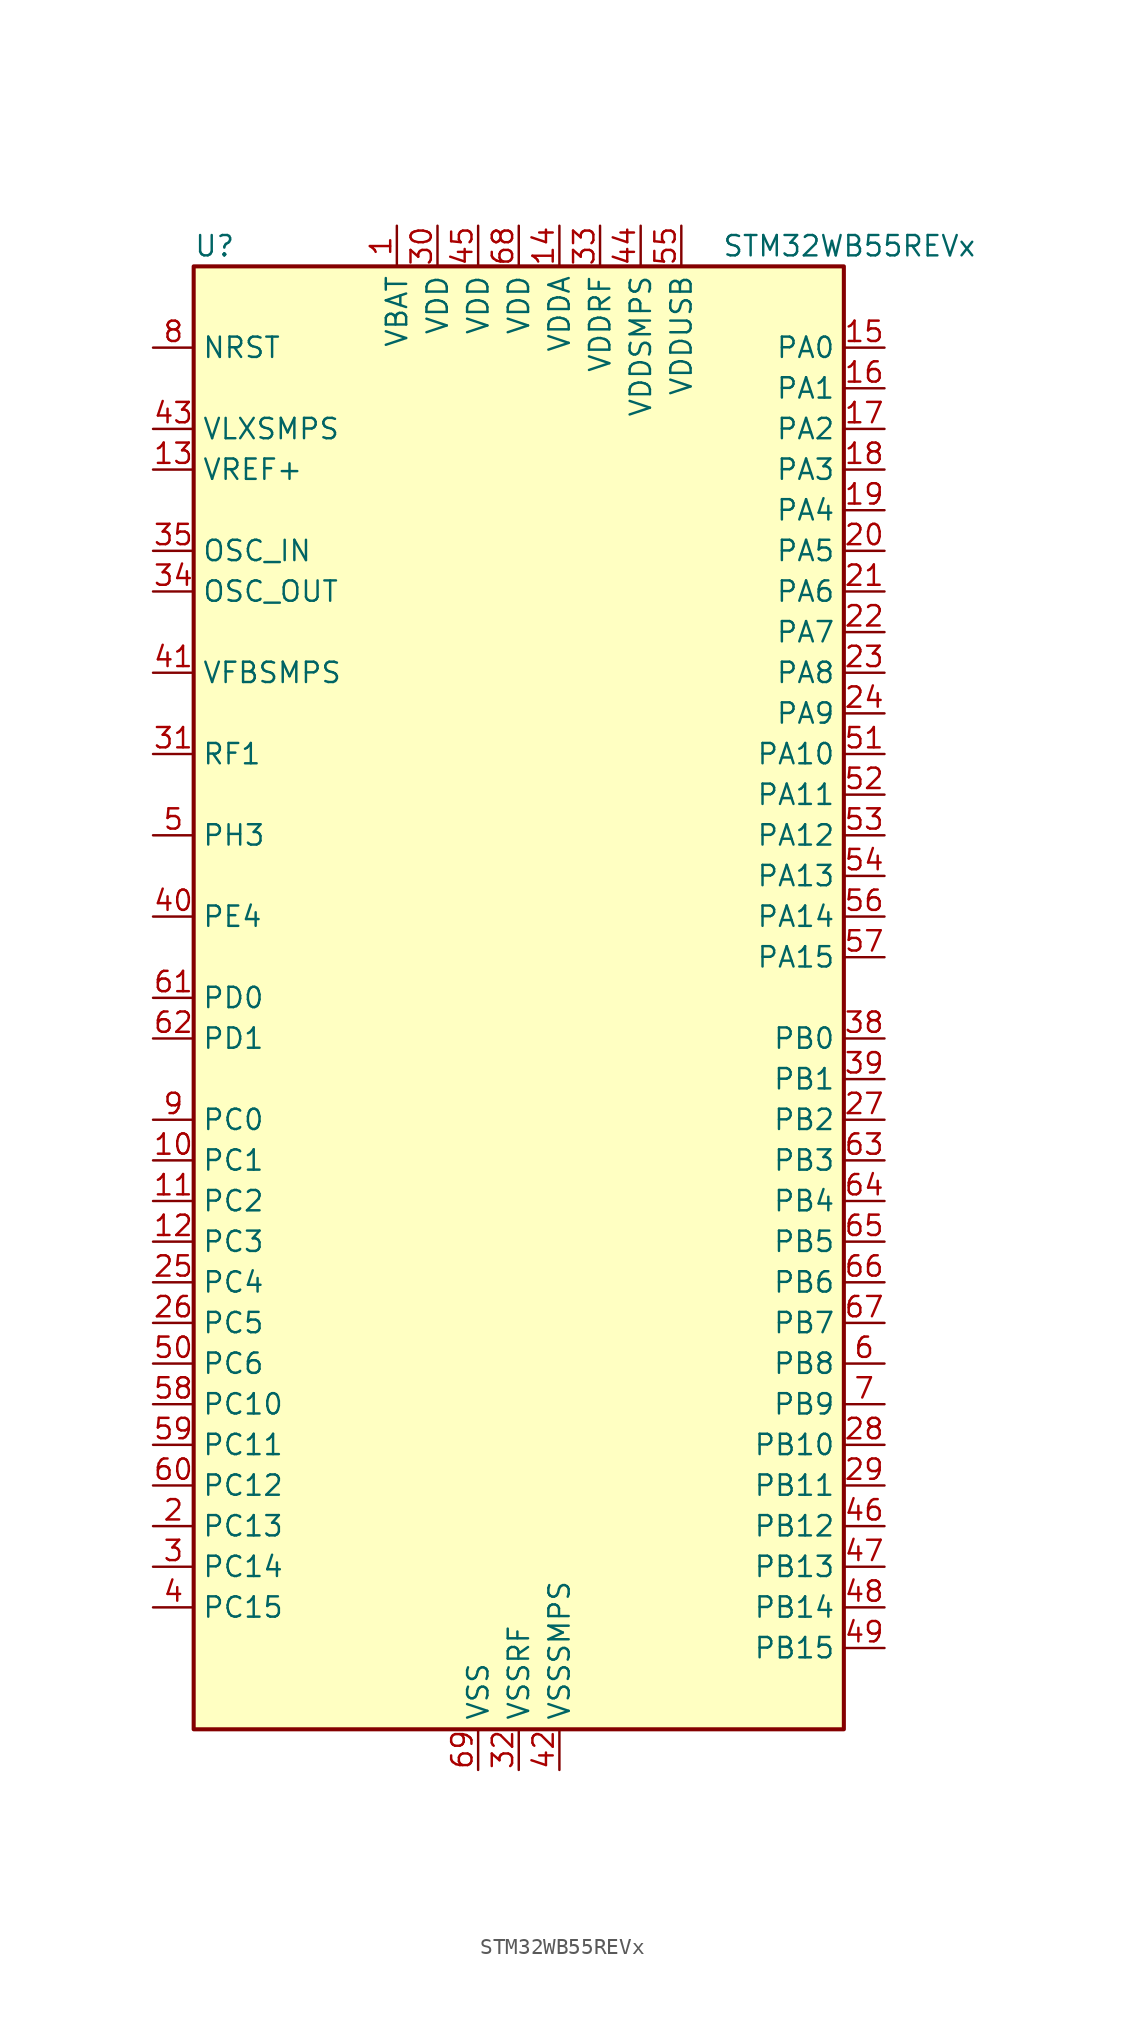
<source format=kicad_sym>
(kicad_symbol_lib
  (version 20231120)
  (generator "kicad-library-utils")
  (generator_version "8.0")
  (symbol "STM32WB55REVx"
    (property "Reference" "U"
      (at -20.32 46.99 0)
      (effects (font (size 1.27 1.27)) (justify left)))
    (property "Value" "STM32WB55REVx"
      (at 12.7 46.99 0)
      (effects (font (size 1.27 1.27)) (justify left)))
    (symbol "STM32WB55REVx_0_1"
      (rectangle (start -20.32 -45.72) (end 20.32 45.72) (stroke (width 0.254) (type default)) (fill (type background))))
    (symbol "STM32WB55REVx_1_1"
      (pin power_in line (at -7.62 48.26 270) (length 2.54) (name "VBAT" (effects (font (size 1.27 1.27)))) (number "1" (effects (font (size 1.27 1.27)))))
      (pin bidirectional line (at -22.86 -10.16 0) (length 2.54) (name "PC1" (effects (font (size 1.27 1.27)))) (number "10" (effects (font (size 1.27 1.27)))) (alternate "ADC1_IN2" bidirectional line) (alternate "I2C3_SDA" bidirectional line) (alternate "LCD_SEG19" bidirectional line) (alternate "LPTIM1_OUT" bidirectional line) (alternate "LPUART1_TX" bidirectional line) (alternate "SPI2_MOSI" bidirectional line))
      (pin bidirectional line (at -22.86 -12.7 0) (length 2.54) (name "PC2" (effects (font (size 1.27 1.27)))) (number "11" (effects (font (size 1.27 1.27)))) (alternate "ADC1_IN3" bidirectional line) (alternate "LCD_SEG20" bidirectional line) (alternate "LPTIM1_IN2" bidirectional line) (alternate "SPI2_MISO" bidirectional line))
      (pin bidirectional line (at -22.86 -15.24 0) (length 2.54) (name "PC3" (effects (font (size 1.27 1.27)))) (number "12" (effects (font (size 1.27 1.27)))) (alternate "ADC1_IN4" bidirectional line) (alternate "LCD_VLCD" bidirectional line) (alternate "LPTIM1_ETR" bidirectional line) (alternate "LPTIM2_ETR" bidirectional line) (alternate "SAI1_D1" bidirectional line) (alternate "SAI1_SD_A" bidirectional line) (alternate "SPI2_MOSI" bidirectional line))
      (pin input line (at -22.86 33.02 0) (length 2.54) (name "VREF+" (effects (font (size 1.27 1.27)))) (number "13" (effects (font (size 1.27 1.27)))) (alternate "VREFBUF_OUT" bidirectional line))
      (pin power_in line (at 2.54 48.26 270) (length 2.54) (name "VDDA" (effects (font (size 1.27 1.27)))) (number "14" (effects (font (size 1.27 1.27)))))
      (pin bidirectional line (at 22.86 40.64 180) (length 2.54) (name "PA0" (effects (font (size 1.27 1.27)))) (number "15" (effects (font (size 1.27 1.27)))) (alternate "ADC1_IN5" bidirectional line) (alternate "COMP1_INM" bidirectional line) (alternate "COMP1_OUT" bidirectional line) (alternate "RTC_TAMP2" bidirectional line) (alternate "SAI1_EXTCLK" bidirectional line) (alternate "SYS_WKUP1" bidirectional line) (alternate "TIM2_CH1" bidirectional line) (alternate "TIM2_ETR" bidirectional line))
      (pin bidirectional line (at 22.86 38.1 180) (length 2.54) (name "PA1" (effects (font (size 1.27 1.27)))) (number "16" (effects (font (size 1.27 1.27)))) (alternate "ADC1_IN6" bidirectional line) (alternate "COMP1_INP" bidirectional line) (alternate "I2C1_SMBA" bidirectional line) (alternate "LCD_SEG0" bidirectional line) (alternate "SPI1_SCK" bidirectional line) (alternate "TIM2_CH2" bidirectional line))
      (pin bidirectional line (at 22.86 35.56 180) (length 2.54) (name "PA2" (effects (font (size 1.27 1.27)))) (number "17" (effects (font (size 1.27 1.27)))) (alternate "ADC1_IN7" bidirectional line) (alternate "COMP2_INM" bidirectional line) (alternate "COMP2_OUT" bidirectional line) (alternate "LCD_SEG1" bidirectional line) (alternate "LPUART1_TX" bidirectional line) (alternate "QUADSPI_BK1_NCS" bidirectional line) (alternate "RCC_LSCO" bidirectional line) (alternate "SYS_WKUP4" bidirectional line) (alternate "TIM2_CH3" bidirectional line))
      (pin bidirectional line (at 22.86 33.02 180) (length 2.54) (name "PA3" (effects (font (size 1.27 1.27)))) (number "18" (effects (font (size 1.27 1.27)))) (alternate "ADC1_IN8" bidirectional line) (alternate "COMP2_INP" bidirectional line) (alternate "LCD_SEG2" bidirectional line) (alternate "LPUART1_RX" bidirectional line) (alternate "QUADSPI_CLK" bidirectional line) (alternate "SAI1_CK1" bidirectional line) (alternate "SAI1_MCLK_A" bidirectional line) (alternate "TIM2_CH4" bidirectional line))
      (pin bidirectional line (at 22.86 30.48 180) (length 2.54) (name "PA4" (effects (font (size 1.27 1.27)))) (number "19" (effects (font (size 1.27 1.27)))) (alternate "ADC1_IN9" bidirectional line) (alternate "COMP1_INM" bidirectional line) (alternate "COMP2_INM" bidirectional line) (alternate "LCD_SEG5" bidirectional line) (alternate "LPTIM2_OUT" bidirectional line) (alternate "SAI1_FS_B" bidirectional line) (alternate "SPI1_NSS" bidirectional line))
      (pin bidirectional line (at -22.86 -33.02 0) (length 2.54) (name "PC13" (effects (font (size 1.27 1.27)))) (number "2" (effects (font (size 1.27 1.27)))) (alternate "RTC_OUT1" bidirectional line) (alternate "RTC_TAMP1" bidirectional line) (alternate "RTC_TS" bidirectional line) (alternate "SYS_WKUP2" bidirectional line))
      (pin bidirectional line (at 22.86 27.94 180) (length 2.54) (name "PA5" (effects (font (size 1.27 1.27)))) (number "20" (effects (font (size 1.27 1.27)))) (alternate "ADC1_IN10" bidirectional line) (alternate "COMP1_INM" bidirectional line) (alternate "COMP2_INM" bidirectional line) (alternate "LPTIM2_ETR" bidirectional line) (alternate "SAI1_SD_B" bidirectional line) (alternate "SPI1_SCK" bidirectional line) (alternate "TIM2_CH1" bidirectional line) (alternate "TIM2_ETR" bidirectional line))
      (pin bidirectional line (at 22.86 25.4 180) (length 2.54) (name "PA6" (effects (font (size 1.27 1.27)))) (number "21" (effects (font (size 1.27 1.27)))) (alternate "ADC1_IN11" bidirectional line) (alternate "LCD_SEG3" bidirectional line) (alternate "LPUART1_CTS" bidirectional line) (alternate "QUADSPI_BK1_IO3" bidirectional line) (alternate "SPI1_MISO" bidirectional line) (alternate "TIM16_CH1" bidirectional line) (alternate "TIM1_BKIN" bidirectional line))
      (pin bidirectional line (at 22.86 22.86 180) (length 2.54) (name "PA7" (effects (font (size 1.27 1.27)))) (number "22" (effects (font (size 1.27 1.27)))) (alternate "ADC1_IN12" bidirectional line) (alternate "COMP2_OUT" bidirectional line) (alternate "I2C3_SCL" bidirectional line) (alternate "LCD_SEG4" bidirectional line) (alternate "QUADSPI_BK1_IO2" bidirectional line) (alternate "SPI1_MOSI" bidirectional line) (alternate "TIM17_CH1" bidirectional line) (alternate "TIM1_CH1N" bidirectional line))
      (pin bidirectional line (at 22.86 20.32 180) (length 2.54) (name "PA8" (effects (font (size 1.27 1.27)))) (number "23" (effects (font (size 1.27 1.27)))) (alternate "ADC1_IN15" bidirectional line) (alternate "LCD_COM0" bidirectional line) (alternate "LPTIM2_OUT" bidirectional line) (alternate "RCC_MCO" bidirectional line) (alternate "SAI1_CK2" bidirectional line) (alternate "SAI1_SCK_A" bidirectional line) (alternate "TIM1_CH1" bidirectional line) (alternate "USART1_CK" bidirectional line))
      (pin bidirectional line (at 22.86 17.78 180) (length 2.54) (name "PA9" (effects (font (size 1.27 1.27)))) (number "24" (effects (font (size 1.27 1.27)))) (alternate "ADC1_IN16" bidirectional line) (alternate "COMP1_INM" bidirectional line) (alternate "I2C1_SCL" bidirectional line) (alternate "LCD_COM1" bidirectional line) (alternate "SAI1_D2" bidirectional line) (alternate "SAI1_FS_A" bidirectional line) (alternate "SPI2_SCK" bidirectional line) (alternate "TIM1_CH2" bidirectional line) (alternate "USART1_TX" bidirectional line))
      (pin bidirectional line (at -22.86 -17.78 0) (length 2.54) (name "PC4" (effects (font (size 1.27 1.27)))) (number "25" (effects (font (size 1.27 1.27)))) (alternate "ADC1_IN13" bidirectional line) (alternate "COMP1_INM" bidirectional line) (alternate "LCD_SEG22" bidirectional line))
      (pin bidirectional line (at -22.86 -20.32 0) (length 2.54) (name "PC5" (effects (font (size 1.27 1.27)))) (number "26" (effects (font (size 1.27 1.27)))) (alternate "ADC1_IN14" bidirectional line) (alternate "COMP1_INP" bidirectional line) (alternate "LCD_SEG23" bidirectional line) (alternate "SAI1_D3" bidirectional line) (alternate "SYS_WKUP5" bidirectional line))
      (pin bidirectional line (at 22.86 -7.62 180) (length 2.54) (name "PB2" (effects (font (size 1.27 1.27)))) (number "27" (effects (font (size 1.27 1.27)))) (alternate "COMP1_INP" bidirectional line) (alternate "I2C3_SMBA" bidirectional line) (alternate "LCD_VLCD" bidirectional line) (alternate "LPTIM1_OUT" bidirectional line) (alternate "RTC_OUT2" bidirectional line) (alternate "SAI1_EXTCLK" bidirectional line) (alternate "SPI1_NSS" bidirectional line))
      (pin bidirectional line (at 22.86 -27.94 180) (length 2.54) (name "PB10" (effects (font (size 1.27 1.27)))) (number "28" (effects (font (size 1.27 1.27)))) (alternate "COMP1_OUT" bidirectional line) (alternate "I2C3_SCL" bidirectional line) (alternate "LCD_SEG10" bidirectional line) (alternate "LPUART1_RX" bidirectional line) (alternate "QUADSPI_CLK" bidirectional line) (alternate "SAI1_SCK_A" bidirectional line) (alternate "SPI2_SCK" bidirectional line) (alternate "TIM2_CH3" bidirectional line) (alternate "TSC_SYNC" bidirectional line))
      (pin bidirectional line (at 22.86 -30.48 180) (length 2.54) (name "PB11" (effects (font (size 1.27 1.27)))) (number "29" (effects (font (size 1.27 1.27)))) (alternate "ADC1_EXTI11" bidirectional line) (alternate "COMP2_OUT" bidirectional line) (alternate "I2C3_SDA" bidirectional line) (alternate "LCD_SEG11" bidirectional line) (alternate "LPUART1_TX" bidirectional line) (alternate "QUADSPI_BK1_NCS" bidirectional line) (alternate "TIM2_CH4" bidirectional line))
      (pin bidirectional line (at -22.86 -35.56 0) (length 2.54) (name "PC14" (effects (font (size 1.27 1.27)))) (number "3" (effects (font (size 1.27 1.27)))) (alternate "RCC_OSC32_IN" bidirectional line))
      (pin power_in line (at -5.08 48.26 270) (length 2.54) (name "VDD" (effects (font (size 1.27 1.27)))) (number "30" (effects (font (size 1.27 1.27)))))
      (pin bidirectional line (at -22.86 15.24 0) (length 2.54) (name "RF1" (effects (font (size 1.27 1.27)))) (number "31" (effects (font (size 1.27 1.27)))) (alternate "RF_RF1" bidirectional line))
      (pin power_in line (at 0 -48.26 90) (length 2.54) (name "VSSRF" (effects (font (size 1.27 1.27)))) (number "32" (effects (font (size 1.27 1.27)))))
      (pin power_in line (at 5.08 48.26 270) (length 2.54) (name "VDDRF" (effects (font (size 1.27 1.27)))) (number "33" (effects (font (size 1.27 1.27)))))
      (pin input line (at -22.86 25.4 0) (length 2.54) (name "OSC_OUT" (effects (font (size 1.27 1.27)))) (number "34" (effects (font (size 1.27 1.27)))) (alternate "RCC_OSC_OUT" bidirectional line))
      (pin input line (at -22.86 27.94 0) (length 2.54) (name "OSC_IN" (effects (font (size 1.27 1.27)))) (number "35" (effects (font (size 1.27 1.27)))) (alternate "RCC_OSC_IN" bidirectional line))
      (pin no_connect line (at -20.32 -45.72 0) (length 2.54) hide (name "AT0" (effects (font (size 1.27 1.27)))) (number "36" (effects (font (size 1.27 1.27)))))
      (pin no_connect line (at -20.32 -43.18 0) (length 2.54) hide (name "AT1" (effects (font (size 1.27 1.27)))) (number "37" (effects (font (size 1.27 1.27)))))
      (pin bidirectional line (at 22.86 -2.54 180) (length 2.54) (name "PB0" (effects (font (size 1.27 1.27)))) (number "38" (effects (font (size 1.27 1.27)))) (alternate "COMP1_OUT" bidirectional line) (alternate "RF_TX_MOD_EXT_PA" bidirectional line))
      (pin bidirectional line (at 22.86 -5.08 180) (length 2.54) (name "PB1" (effects (font (size 1.27 1.27)))) (number "39" (effects (font (size 1.27 1.27)))) (alternate "LPTIM2_IN1" bidirectional line) (alternate "LPUART1_DE" bidirectional line) (alternate "LPUART1_RTS" bidirectional line))
      (pin bidirectional line (at -22.86 -38.1 0) (length 2.54) (name "PC15" (effects (font (size 1.27 1.27)))) (number "4" (effects (font (size 1.27 1.27)))) (alternate "ADC1_EXTI15" bidirectional line) (alternate "RCC_OSC32_OUT" bidirectional line))
      (pin bidirectional line (at -22.86 5.08 0) (length 2.54) (name "PE4" (effects (font (size 1.27 1.27)))) (number "40" (effects (font (size 1.27 1.27)))))
      (pin input line (at -22.86 20.32 0) (length 2.54) (name "VFBSMPS" (effects (font (size 1.27 1.27)))) (number "41" (effects (font (size 1.27 1.27)))))
      (pin power_in line (at 2.54 -48.26 90) (length 2.54) (name "VSSSMPS" (effects (font (size 1.27 1.27)))) (number "42" (effects (font (size 1.27 1.27)))))
      (pin power_in line (at -22.86 35.56 0) (length 2.54) (name "VLXSMPS" (effects (font (size 1.27 1.27)))) (number "43" (effects (font (size 1.27 1.27)))))
      (pin power_in line (at 7.62 48.26 270) (length 2.54) (name "VDDSMPS" (effects (font (size 1.27 1.27)))) (number "44" (effects (font (size 1.27 1.27)))))
      (pin power_in line (at -2.54 48.26 270) (length 2.54) (name "VDD" (effects (font (size 1.27 1.27)))) (number "45" (effects (font (size 1.27 1.27)))))
      (pin bidirectional line (at 22.86 -33.02 180) (length 2.54) (name "PB12" (effects (font (size 1.27 1.27)))) (number "46" (effects (font (size 1.27 1.27)))) (alternate "I2C3_SMBA" bidirectional line) (alternate "LCD_SEG12" bidirectional line) (alternate "LPUART1_DE" bidirectional line) (alternate "LPUART1_RTS" bidirectional line) (alternate "SAI1_FS_A" bidirectional line) (alternate "SPI2_NSS" bidirectional line) (alternate "TIM1_BKIN" bidirectional line) (alternate "TSC_G1_IO1" bidirectional line))
      (pin bidirectional line (at 22.86 -35.56 180) (length 2.54) (name "PB13" (effects (font (size 1.27 1.27)))) (number "47" (effects (font (size 1.27 1.27)))) (alternate "I2C3_SCL" bidirectional line) (alternate "LCD_SEG13" bidirectional line) (alternate "LPUART1_CTS" bidirectional line) (alternate "SAI1_SCK_A" bidirectional line) (alternate "SPI2_SCK" bidirectional line) (alternate "TIM1_CH1N" bidirectional line) (alternate "TSC_G1_IO2" bidirectional line))
      (pin bidirectional line (at 22.86 -38.1 180) (length 2.54) (name "PB14" (effects (font (size 1.27 1.27)))) (number "48" (effects (font (size 1.27 1.27)))) (alternate "I2C3_SDA" bidirectional line) (alternate "LCD_SEG14" bidirectional line) (alternate "SAI1_MCLK_A" bidirectional line) (alternate "SPI2_MISO" bidirectional line) (alternate "TIM1_CH2N" bidirectional line) (alternate "TSC_G1_IO3" bidirectional line))
      (pin bidirectional line (at 22.86 -40.64 180) (length 2.54) (name "PB15" (effects (font (size 1.27 1.27)))) (number "49" (effects (font (size 1.27 1.27)))) (alternate "ADC1_EXTI15" bidirectional line) (alternate "LCD_SEG15" bidirectional line) (alternate "RTC_REFIN" bidirectional line) (alternate "SAI1_SD_A" bidirectional line) (alternate "SPI2_MOSI" bidirectional line) (alternate "TIM1_CH3N" bidirectional line) (alternate "TSC_G1_IO4" bidirectional line))
      (pin bidirectional line (at -22.86 10.16 0) (length 2.54) (name "PH3" (effects (font (size 1.27 1.27)))) (number "5" (effects (font (size 1.27 1.27)))) (alternate "RCC_LSCO" bidirectional line))
      (pin bidirectional line (at -22.86 -22.86 0) (length 2.54) (name "PC6" (effects (font (size 1.27 1.27)))) (number "50" (effects (font (size 1.27 1.27)))) (alternate "LCD_SEG24" bidirectional line))
      (pin bidirectional line (at 22.86 15.24 180) (length 2.54) (name "PA10" (effects (font (size 1.27 1.27)))) (number "51" (effects (font (size 1.27 1.27)))) (alternate "CRS_SYNC" bidirectional line) (alternate "I2C1_SDA" bidirectional line) (alternate "LCD_COM2" bidirectional line) (alternate "SAI1_D1" bidirectional line) (alternate "SAI1_SD_A" bidirectional line) (alternate "TIM17_BKIN" bidirectional line) (alternate "TIM1_CH3" bidirectional line) (alternate "USART1_RX" bidirectional line))
      (pin bidirectional line (at 22.86 12.7 180) (length 2.54) (name "PA11" (effects (font (size 1.27 1.27)))) (number "52" (effects (font (size 1.27 1.27)))) (alternate "ADC1_EXTI11" bidirectional line) (alternate "SPI1_MISO" bidirectional line) (alternate "TIM1_BKIN2" bidirectional line) (alternate "TIM1_CH4" bidirectional line) (alternate "USART1_CTS" bidirectional line) (alternate "USART1_NSS" bidirectional line) (alternate "USB_DM" bidirectional line))
      (pin bidirectional line (at 22.86 10.16 180) (length 2.54) (name "PA12" (effects (font (size 1.27 1.27)))) (number "53" (effects (font (size 1.27 1.27)))) (alternate "LPUART1_RX" bidirectional line) (alternate "SPI1_MOSI" bidirectional line) (alternate "TIM1_ETR" bidirectional line) (alternate "USART1_DE" bidirectional line) (alternate "USART1_RTS" bidirectional line) (alternate "USB_DP" bidirectional line))
      (pin bidirectional line (at 22.86 7.62 180) (length 2.54) (name "PA13" (effects (font (size 1.27 1.27)))) (number "54" (effects (font (size 1.27 1.27)))) (alternate "IR_OUT" bidirectional line) (alternate "SAI1_SD_B" bidirectional line) (alternate "SYS_JTMS-SWDIO" bidirectional line) (alternate "USB_NOE" bidirectional line))
      (pin power_in line (at 10.16 48.26 270) (length 2.54) (name "VDDUSB" (effects (font (size 1.27 1.27)))) (number "55" (effects (font (size 1.27 1.27)))))
      (pin bidirectional line (at 22.86 5.08 180) (length 2.54) (name "PA14" (effects (font (size 1.27 1.27)))) (number "56" (effects (font (size 1.27 1.27)))) (alternate "I2C1_SMBA" bidirectional line) (alternate "LCD_SEG5" bidirectional line) (alternate "LPTIM1_OUT" bidirectional line) (alternate "SAI1_FS_B" bidirectional line) (alternate "SYS_JTCK-SWCLK" bidirectional line))
      (pin bidirectional line (at 22.86 2.54 180) (length 2.54) (name "PA15" (effects (font (size 1.27 1.27)))) (number "57" (effects (font (size 1.27 1.27)))) (alternate "ADC1_EXTI15" bidirectional line) (alternate "LCD_SEG17" bidirectional line) (alternate "RCC_MCO" bidirectional line) (alternate "SPI1_NSS" bidirectional line) (alternate "SYS_JTDI" bidirectional line) (alternate "TIM2_CH1" bidirectional line) (alternate "TIM2_ETR" bidirectional line) (alternate "TSC_G3_IO1" bidirectional line))
      (pin bidirectional line (at -22.86 -25.4 0) (length 2.54) (name "PC10" (effects (font (size 1.27 1.27)))) (number "58" (effects (font (size 1.27 1.27)))) (alternate "LCD_COM4" bidirectional line) (alternate "LCD_SEG28" bidirectional line) (alternate "LCD_SEG40" bidirectional line) (alternate "SYS_TRACED1" bidirectional line) (alternate "TSC_G3_IO2" bidirectional line))
      (pin bidirectional line (at -22.86 -27.94 0) (length 2.54) (name "PC11" (effects (font (size 1.27 1.27)))) (number "59" (effects (font (size 1.27 1.27)))) (alternate "ADC1_EXTI11" bidirectional line) (alternate "LCD_COM5" bidirectional line) (alternate "LCD_SEG29" bidirectional line) (alternate "LCD_SEG41" bidirectional line) (alternate "TSC_G3_IO3" bidirectional line))
      (pin bidirectional line (at 22.86 -22.86 180) (length 2.54) (name "PB8" (effects (font (size 1.27 1.27)))) (number "6" (effects (font (size 1.27 1.27)))) (alternate "I2C1_SCL" bidirectional line) (alternate "LCD_SEG16" bidirectional line) (alternate "QUADSPI_BK1_IO1" bidirectional line) (alternate "SAI1_CK1" bidirectional line) (alternate "SAI1_MCLK_A" bidirectional line) (alternate "TIM16_CH1" bidirectional line) (alternate "TIM1_CH2N" bidirectional line))
      (pin bidirectional line (at -22.86 -30.48 0) (length 2.54) (name "PC12" (effects (font (size 1.27 1.27)))) (number "60" (effects (font (size 1.27 1.27)))) (alternate "LCD_COM6" bidirectional line) (alternate "LCD_SEG30" bidirectional line) (alternate "LCD_SEG42" bidirectional line) (alternate "RCC_LSCO" bidirectional line) (alternate "RTC_TAMP3" bidirectional line) (alternate "SYS_TRACED3" bidirectional line) (alternate "SYS_WKUP3" bidirectional line) (alternate "TSC_G3_IO4" bidirectional line))
      (pin bidirectional line (at -22.86 0 0) (length 2.54) (name "PD0" (effects (font (size 1.27 1.27)))) (number "61" (effects (font (size 1.27 1.27)))) (alternate "SPI2_NSS" bidirectional line))
      (pin bidirectional line (at -22.86 -2.54 0) (length 2.54) (name "PD1" (effects (font (size 1.27 1.27)))) (number "62" (effects (font (size 1.27 1.27)))) (alternate "SPI2_SCK" bidirectional line))
      (pin bidirectional line (at 22.86 -10.16 180) (length 2.54) (name "PB3" (effects (font (size 1.27 1.27)))) (number "63" (effects (font (size 1.27 1.27)))) (alternate "COMP2_INM" bidirectional line) (alternate "LCD_SEG7" bidirectional line) (alternate "SAI1_SCK_B" bidirectional line) (alternate "SPI1_SCK" bidirectional line) (alternate "SYS_JTDO-SWO" bidirectional line) (alternate "TIM2_CH2" bidirectional line) (alternate "USART1_DE" bidirectional line) (alternate "USART1_RTS" bidirectional line))
      (pin bidirectional line (at 22.86 -12.7 180) (length 2.54) (name "PB4" (effects (font (size 1.27 1.27)))) (number "64" (effects (font (size 1.27 1.27)))) (alternate "COMP2_INP" bidirectional line) (alternate "I2C3_SDA" bidirectional line) (alternate "LCD_SEG8" bidirectional line) (alternate "SAI1_MCLK_B" bidirectional line) (alternate "SPI1_MISO" bidirectional line) (alternate "SYS_JTRST" bidirectional line) (alternate "TIM17_BKIN" bidirectional line) (alternate "TSC_G2_IO1" bidirectional line) (alternate "USART1_CTS" bidirectional line) (alternate "USART1_NSS" bidirectional line))
      (pin bidirectional line (at 22.86 -15.24 180) (length 2.54) (name "PB5" (effects (font (size 1.27 1.27)))) (number "65" (effects (font (size 1.27 1.27)))) (alternate "COMP2_OUT" bidirectional line) (alternate "I2C1_SMBA" bidirectional line) (alternate "LCD_SEG9" bidirectional line) (alternate "LPTIM1_IN1" bidirectional line) (alternate "LPUART1_TX" bidirectional line) (alternate "SAI1_SD_B" bidirectional line) (alternate "SPI1_MOSI" bidirectional line) (alternate "TIM16_BKIN" bidirectional line) (alternate "TSC_G2_IO2" bidirectional line) (alternate "USART1_CK" bidirectional line))
      (pin bidirectional line (at 22.86 -17.78 180) (length 2.54) (name "PB6" (effects (font (size 1.27 1.27)))) (number "66" (effects (font (size 1.27 1.27)))) (alternate "COMP2_INP" bidirectional line) (alternate "I2C1_SCL" bidirectional line) (alternate "LCD_SEG6" bidirectional line) (alternate "LPTIM1_ETR" bidirectional line) (alternate "RCC_MCO" bidirectional line) (alternate "SAI1_FS_B" bidirectional line) (alternate "TIM16_CH1N" bidirectional line) (alternate "TSC_G2_IO3" bidirectional line) (alternate "USART1_TX" bidirectional line))
      (pin bidirectional line (at 22.86 -20.32 180) (length 2.54) (name "PB7" (effects (font (size 1.27 1.27)))) (number "67" (effects (font (size 1.27 1.27)))) (alternate "COMP2_INM" bidirectional line) (alternate "I2C1_SDA" bidirectional line) (alternate "LCD_SEG21" bidirectional line) (alternate "LPTIM1_IN2" bidirectional line) (alternate "SYS_PVD_IN" bidirectional line) (alternate "TIM17_CH1N" bidirectional line) (alternate "TIM1_BKIN" bidirectional line) (alternate "TSC_G2_IO4" bidirectional line) (alternate "USART1_RX" bidirectional line))
      (pin power_in line (at 0 48.26 270) (length 2.54) (name "VDD" (effects (font (size 1.27 1.27)))) (number "68" (effects (font (size 1.27 1.27)))))
      (pin power_in line (at -2.54 -48.26 90) (length 2.54) (name "VSS" (effects (font (size 1.27 1.27)))) (number "69" (effects (font (size 1.27 1.27)))))
      (pin bidirectional line (at 22.86 -25.4 180) (length 2.54) (name "PB9" (effects (font (size 1.27 1.27)))) (number "7" (effects (font (size 1.27 1.27)))) (alternate "I2C1_SDA" bidirectional line) (alternate "IR_OUT" bidirectional line) (alternate "LCD_COM3" bidirectional line) (alternate "QUADSPI_BK1_IO0" bidirectional line) (alternate "SAI1_D2" bidirectional line) (alternate "SAI1_FS_A" bidirectional line) (alternate "SPI2_NSS" bidirectional line) (alternate "TIM17_CH1" bidirectional line) (alternate "TIM1_CH3N" bidirectional line))
      (pin input line (at -22.86 40.64 0) (length 2.54) (name "NRST" (effects (font (size 1.27 1.27)))) (number "8" (effects (font (size 1.27 1.27)))))
      (pin bidirectional line (at -22.86 -7.62 0) (length 2.54) (name "PC0" (effects (font (size 1.27 1.27)))) (number "9" (effects (font (size 1.27 1.27)))) (alternate "ADC1_IN1" bidirectional line) (alternate "I2C3_SCL" bidirectional line) (alternate "LCD_SEG18" bidirectional line) (alternate "LPTIM1_IN1" bidirectional line) (alternate "LPTIM2_IN1" bidirectional line) (alternate "LPUART1_RX" bidirectional line)))))
</source>
